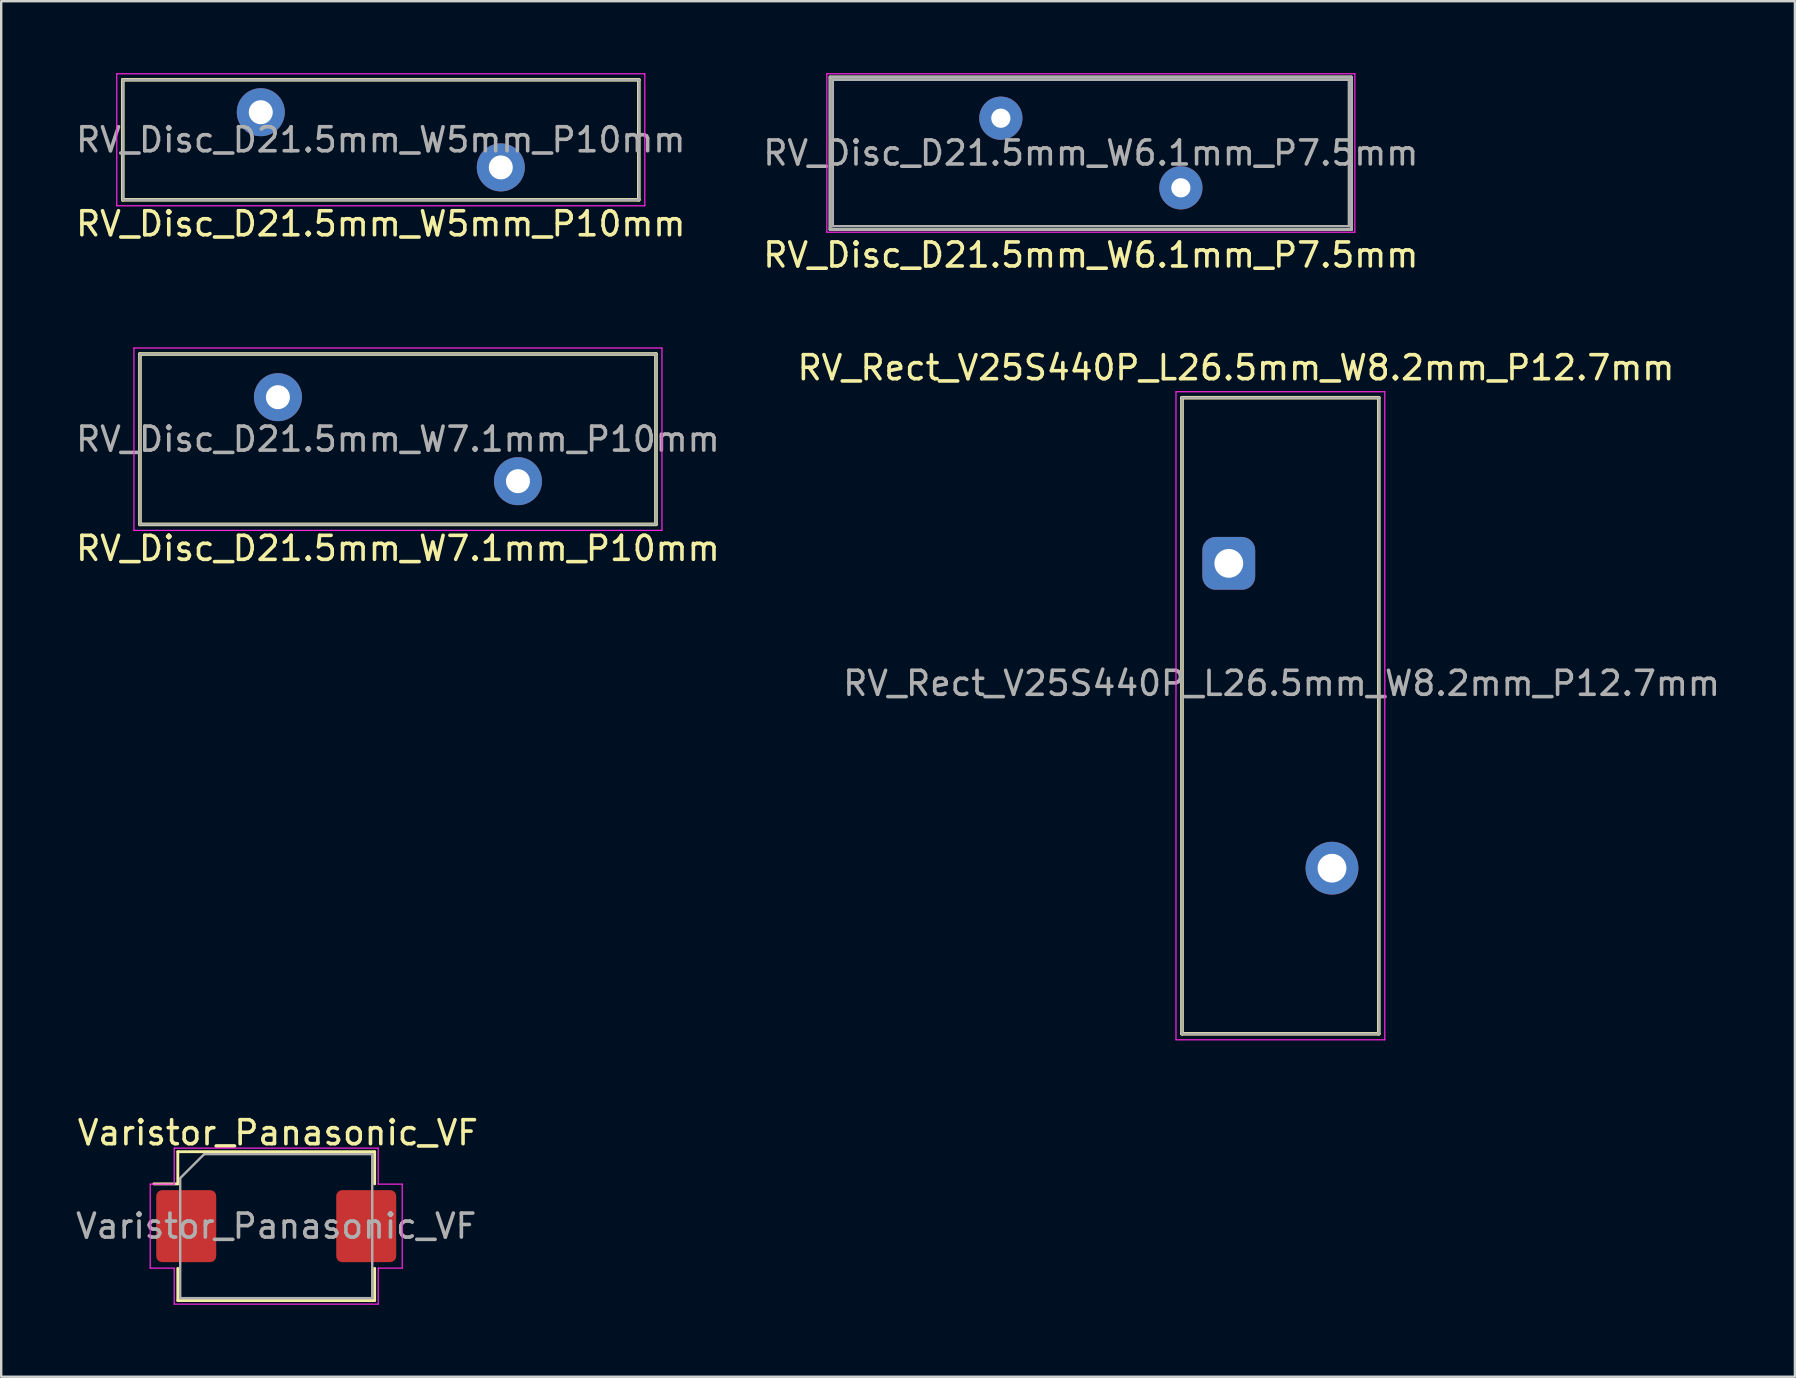
<source format=kicad_pcb>
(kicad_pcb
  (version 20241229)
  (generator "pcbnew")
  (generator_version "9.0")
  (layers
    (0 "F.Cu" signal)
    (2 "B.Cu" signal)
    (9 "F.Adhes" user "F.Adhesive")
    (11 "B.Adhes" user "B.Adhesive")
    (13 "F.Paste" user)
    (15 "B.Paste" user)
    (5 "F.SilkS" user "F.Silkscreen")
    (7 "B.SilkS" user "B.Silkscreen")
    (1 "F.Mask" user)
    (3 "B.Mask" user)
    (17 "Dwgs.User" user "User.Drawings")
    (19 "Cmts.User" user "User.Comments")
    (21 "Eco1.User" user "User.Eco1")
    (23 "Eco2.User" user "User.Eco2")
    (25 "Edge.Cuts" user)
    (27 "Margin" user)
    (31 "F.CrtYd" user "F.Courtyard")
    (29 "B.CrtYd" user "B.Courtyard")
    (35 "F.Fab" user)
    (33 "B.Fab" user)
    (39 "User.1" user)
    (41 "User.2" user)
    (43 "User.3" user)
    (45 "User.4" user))
  (footprint "RV_Disc_D21.5mm_W5mm_P10mm"
    (layer "F.Cu")
    (at 7.815 1.625)
    (property "Reference" "RV_Disc_D21.5mm_W5mm_P10mm" (at 5 4.65 0) (layer "F.SilkS") (effects (font (size 1 1) (thickness 0.15))))
    (attr through_hole)
    (fp_line (start -5.75 -1.35) (end -5.75 3.65) (stroke (width 0.15) (type solid)) (layer "F.SilkS"))
    (fp_line (start -5.75 -1.35) (end 15.75 -1.35) (stroke (width 0.15) (type solid)) (layer "F.SilkS"))
    (fp_line (start -5.75 3.65) (end 15.75 3.65) (stroke (width 0.15) (type solid)) (layer "F.SilkS"))
    (fp_line (start 15.75 -1.35) (end 15.75 3.65) (stroke (width 0.15) (type solid)) (layer "F.SilkS"))
    (fp_line (start -6 -1.6) (end -6 3.9) (stroke (width 0.05) (type solid)) (layer "F.CrtYd"))
    (fp_line (start -6 -1.6) (end 16 -1.6) (stroke (width 0.05) (type solid)) (layer "F.CrtYd"))
    (fp_line (start -6 3.9) (end 16 3.9) (stroke (width 0.05) (type solid)) (layer "F.CrtYd"))
    (fp_line (start 16 -1.6) (end 16 3.9) (stroke (width 0.05) (type solid)) (layer "F.CrtYd"))
    (fp_line (start -5.75 -1.35) (end -5.75 3.65) (stroke (width 0.1) (type solid)) (layer "F.Fab"))
    (fp_line (start -5.75 -1.35) (end 15.75 -1.35) (stroke (width 0.1) (type solid)) (layer "F.Fab"))
    (fp_line (start -5.75 3.65) (end 15.75 3.65) (stroke (width 0.1) (type solid)) (layer "F.Fab"))
    (fp_line (start 15.75 -1.35) (end 15.75 3.65) (stroke (width 0.1) (type solid)) (layer "F.Fab"))
    (fp_text user "${REFERENCE}" (at 5 1.15 0) (layer "F.Fab") (effects (font (size 1 1) (thickness 0.15))))
    (pad "1" thru_hole circle (at 0 0) (size 2 2) (drill 1) (layers "*.Cu" "*.Mask"))
    (pad "2" thru_hole circle (at 10 2.3) (size 2 2) (drill 1) (layers "*.Cu" "*.Mask")))
  (footprint "RV_Rect_V25S440P_L26.5mm_W8.2mm_P12.7mm"
    (layer "F.Cu")
    (at 48.146 20.422)
    (property "Reference" "RV_Rect_V25S440P_L26.5mm_W8.2mm_P12.7mm" (at 0.3 -8.15 0) (unlocked yes) (layer "F.SilkS") (effects (font (size 1 1) (thickness 0.15))))
    (attr through_hole)
    (fp_line (start -1.95 -6.9) (end -1.95 19.6) (stroke (width 0.15) (type solid)) (layer "F.SilkS"))
    (fp_line (start 6.25 -6.9) (end -1.95 -6.9) (stroke (width 0.15) (type solid)) (layer "F.SilkS"))
    (fp_line (start 6.25 -6.9) (end 6.25 19.6) (stroke (width 0.15) (type solid)) (layer "F.SilkS"))
    (fp_line (start 6.25 19.6) (end -1.95 19.6) (stroke (width 0.15) (type solid)) (layer "F.SilkS"))
    (fp_line (start -2.2 -7.15) (end -2.2 19.85) (stroke (width 0.05) (type solid)) (layer "F.CrtYd"))
    (fp_line (start 6.5 -7.15) (end -2.2 -7.15) (stroke (width 0.05) (type solid)) (layer "F.CrtYd"))
    (fp_line (start 6.5 -7.15) (end 6.5 19.85) (stroke (width 0.05) (type solid)) (layer "F.CrtYd"))
    (fp_line (start 6.5 19.85) (end -2.2 19.85) (stroke (width 0.05) (type solid)) (layer "F.CrtYd"))
    (fp_line (start -1.95 -6.9) (end -1.95 19.6) (stroke (width 0.1) (type solid)) (layer "F.Fab"))
    (fp_line (start 6.25 -6.9) (end -1.95 -6.9) (stroke (width 0.1) (type solid)) (layer "F.Fab"))
    (fp_line (start 6.25 -6.9) (end 6.25 19.6) (stroke (width 0.1) (type solid)) (layer "F.Fab"))
    (fp_line (start 6.25 19.6) (end -1.95 19.6) (stroke (width 0.1) (type solid)) (layer "F.Fab"))
    (fp_text user "${REFERENCE}" (at 2.2 5 0) (layer "F.Fab") (effects (font (size 1 1) (thickness 0.15))))
    (pad "1" thru_hole roundrect (at 0 0) (size 2.2 2.2) (drill 1.2) (layers "*.Cu" "*.Mask") (roundrect_rratio 0.25))
    (pad "2" thru_hole circle (at 4.3 12.7) (size 2.2 2.2) (drill 1.2) (layers "*.Cu" "*.Mask")))
  (footprint "RV_Disc_D21.5mm_W7.1mm_P10mm"
    (layer "F.Cu")
    (at 8.53 13.498)
    (property "Reference" "RV_Disc_D21.5mm_W7.1mm_P10mm" (at 5 6.3 0) (layer "F.SilkS") (effects (font (size 1 1) (thickness 0.15))))
    (attr through_hole)
    (fp_line (start -5.75 -1.8) (end -5.75 5.3) (stroke (width 0.15) (type solid)) (layer "F.SilkS"))
    (fp_line (start -5.75 -1.8) (end 15.75 -1.8) (stroke (width 0.15) (type solid)) (layer "F.SilkS"))
    (fp_line (start -5.75 5.3) (end 15.75 5.3) (stroke (width 0.15) (type solid)) (layer "F.SilkS"))
    (fp_line (start 15.75 -1.8) (end 15.75 5.3) (stroke (width 0.15) (type solid)) (layer "F.SilkS"))
    (fp_line (start -6 -2.05) (end -6 5.55) (stroke (width 0.05) (type solid)) (layer "F.CrtYd"))
    (fp_line (start -6 -2.05) (end 16 -2.05) (stroke (width 0.05) (type solid)) (layer "F.CrtYd"))
    (fp_line (start -6 5.55) (end 16 5.55) (stroke (width 0.05) (type solid)) (layer "F.CrtYd"))
    (fp_line (start 16 -2.05) (end 16 5.55) (stroke (width 0.05) (type solid)) (layer "F.CrtYd"))
    (fp_line (start -5.75 -1.8) (end -5.75 5.3) (stroke (width 0.1) (type solid)) (layer "F.Fab"))
    (fp_line (start -5.75 -1.8) (end 15.75 -1.8) (stroke (width 0.1) (type solid)) (layer "F.Fab"))
    (fp_line (start -5.75 5.3) (end 15.75 5.3) (stroke (width 0.1) (type solid)) (layer "F.Fab"))
    (fp_line (start 15.75 -1.8) (end 15.75 5.3) (stroke (width 0.1) (type solid)) (layer "F.Fab"))
    (fp_text user "${REFERENCE}" (at 5 1.75 0) (layer "F.Fab") (effects (font (size 1 1) (thickness 0.15))))
    (pad "1" thru_hole circle (at 0 0) (size 2 2) (drill 1) (layers "*.Cu" "*.Mask"))
    (pad "2" thru_hole circle (at 10 3.5) (size 2 2) (drill 1) (layers "*.Cu" "*.Mask")))
  (footprint "RV_Disc_D21.5mm_W6.1mm_P7.5mm"
    (layer "F.Cu")
    (at 38.649 1.875)
    (property "Reference" "RV_Disc_D21.5mm_W6.1mm_P7.5mm" (at 3.75 5.7 0) (layer "F.SilkS") (effects (font (size 1 1) (thickness 0.15))))
    (attr through_hole)
    (fp_line (start -7.112 -1.714) (end 14.605 -1.714) (stroke (width 0.12) (type solid)) (layer "F.SilkS"))
    (fp_line (start -7.112 4.636) (end -7.112 -1.714) (stroke (width 0.12) (type solid)) (layer "F.SilkS"))
    (fp_line (start 14.605 -1.714) (end 14.605 4.636) (stroke (width 0.12) (type solid)) (layer "F.SilkS"))
    (fp_line (start 14.605 4.636) (end -7.112 4.636) (stroke (width 0.12) (type solid)) (layer "F.SilkS"))
    (fp_line (start -7.25 -1.85) (end -7.25 4.75) (stroke (width 0.05) (type solid)) (layer "F.CrtYd"))
    (fp_line (start -7.25 -1.85) (end 14.75 -1.85) (stroke (width 0.05) (type solid)) (layer "F.CrtYd"))
    (fp_line (start -7.25 4.75) (end 14.75 4.75) (stroke (width 0.05) (type solid)) (layer "F.CrtYd"))
    (fp_line (start 14.75 -1.85) (end 14.75 4.75) (stroke (width 0.05) (type solid)) (layer "F.CrtYd"))
    (fp_line (start -7.112 -1.714) (end 14.605 -1.714) (stroke (width 0.12) (type solid)) (layer "F.Fab"))
    (fp_line (start -7.112 4.636) (end -7.112 -1.714) (stroke (width 0.12) (type solid)) (layer "F.Fab"))
    (fp_line (start -7 -1.6) (end -7 4.5) (stroke (width 0.1) (type solid)) (layer "F.Fab"))
    (fp_line (start -7 -1.6) (end 14.5 -1.6) (stroke (width 0.1) (type solid)) (layer "F.Fab"))
    (fp_line (start -7 4.5) (end 14.5 4.5) (stroke (width 0.1) (type solid)) (layer "F.Fab"))
    (fp_line (start 14.5 -1.6) (end 14.5 4.5) (stroke (width 0.1) (type solid)) (layer "F.Fab"))
    (fp_line (start 14.605 -1.714) (end 14.605 4.636) (stroke (width 0.12) (type solid)) (layer "F.Fab"))
    (fp_line (start 14.605 4.636) (end -7.112 4.636) (stroke (width 0.12) (type solid)) (layer "F.Fab"))
    (fp_text user "${REFERENCE}" (at 3.75 1.45 0) (layer "F.Fab") (effects (font (size 1 1) (thickness 0.15))))
    (pad "1" thru_hole circle (at 0 0) (size 1.8 1.8) (drill 0.8) (layers "*.Cu" "*.Mask"))
    (pad "2" thru_hole circle (at 7.5 2.9) (size 1.8 1.8) (drill 0.8) (layers "*.Cu" "*.Mask")))
  (footprint "Varistor_Panasonic_VF"
    (layer "F.Cu")
    (at 8.458 48.035)
    (property "Reference" "Varistor_Panasonic_VF" (at 0.07 -3.89 0) (layer "F.SilkS") (effects (font (size 1 1) (thickness 0.15))))
    (attr smd)
    (fp_line (start -4.1 -3.1) (end 4.1 -3.1) (stroke (width 0.12) (type solid)) (layer "F.SilkS"))
    (fp_line (start -4.1 -1.76) (end -5.1 -1.76) (stroke (width 0.12) (type default)) (layer "F.SilkS"))
    (fp_line (start -4.1 -1.76) (end -4.1 -3.1) (stroke (width 0.12) (type solid)) (layer "F.SilkS"))
    (fp_line (start -4.1 1.76) (end -4.1 3.1) (stroke (width 0.12) (type solid)) (layer "F.SilkS"))
    (fp_line (start -4.1 3.1) (end 4.1 3.1) (stroke (width 0.12) (type solid)) (layer "F.SilkS"))
    (fp_line (start 4.1 -3.1) (end 4.1 -1.76) (stroke (width 0.12) (type solid)) (layer "F.SilkS"))
    (fp_line (start 4.1 3.1) (end 4.1 1.76) (stroke (width 0.12) (type solid)) (layer "F.SilkS"))
    (fp_line (start -5.25 -1.75) (end -4.25 -1.75) (stroke (width 0.05) (type default)) (layer "F.CrtYd"))
    (fp_line (start -5.25 1.75) (end -5.25 -1.75) (stroke (width 0.05) (type default)) (layer "F.CrtYd"))
    (fp_line (start -4.25 -3.25) (end 4.25 -3.25) (stroke (width 0.05) (type default)) (layer "F.CrtYd"))
    (fp_line (start -4.25 -1.75) (end -4.25 -3.25) (stroke (width 0.05) (type default)) (layer "F.CrtYd"))
    (fp_line (start -4.25 1.75) (end -5.25 1.75) (stroke (width 0.05) (type default)) (layer "F.CrtYd"))
    (fp_line (start -4.25 3.25) (end -4.25 1.75) (stroke (width 0.05) (type default)) (layer "F.CrtYd"))
    (fp_line (start 4.25 -3.25) (end 4.25 -1.75) (stroke (width 0.05) (type default)) (layer "F.CrtYd"))
    (fp_line (start 4.25 -1.75) (end 5.25 -1.75) (stroke (width 0.05) (type default)) (layer "F.CrtYd"))
    (fp_line (start 4.25 1.75) (end 4.25 3.25) (stroke (width 0.05) (type default)) (layer "F.CrtYd"))
    (fp_line (start 4.25 3.25) (end -4.25 3.25) (stroke (width 0.05) (type default)) (layer "F.CrtYd"))
    (fp_line (start 5.25 -1.75) (end 5.25 1.75) (stroke (width 0.05) (type default)) (layer "F.CrtYd"))
    (fp_line (start 5.25 1.75) (end 4.25 1.75) (stroke (width 0.05) (type default)) (layer "F.CrtYd"))
    (fp_line (start -4 -2) (end -3 -3) (stroke (width 0.1) (type default)) (layer "F.Fab"))
    (fp_line (start -4 3) (end -4 -2) (stroke (width 0.1) (type solid)) (layer "F.Fab"))
    (fp_line (start -3 -3) (end 4 -3) (stroke (width 0.1) (type solid)) (layer "F.Fab"))
    (fp_line (start 4 -3) (end 4 3) (stroke (width 0.1) (type solid)) (layer "F.Fab"))
    (fp_line (start 4 3) (end -4 3) (stroke (width 0.1) (type solid)) (layer "F.Fab"))
    (fp_text user "${REFERENCE}" (at 0 0 0) (layer "F.Fab") (effects (font (size 1 1) (thickness 0.15))))
    (pad "1" smd roundrect (at -3.75 0) (size 2.5 3) (layers "F.Cu" "F.Mask" "F.Paste") (roundrect_rratio 0.1))
    (pad "2" smd roundrect (at 3.75 0) (size 2.5 3) (layers "F.Cu" "F.Mask" "F.Paste") (roundrect_rratio 0.1)))
  (gr_rect
    (start -3 -3)
    (end 71.733 54.31)
    (stroke (width 0.1) (type default))
    (fill no)
    (layer "Edge.Cuts")))
</source>
